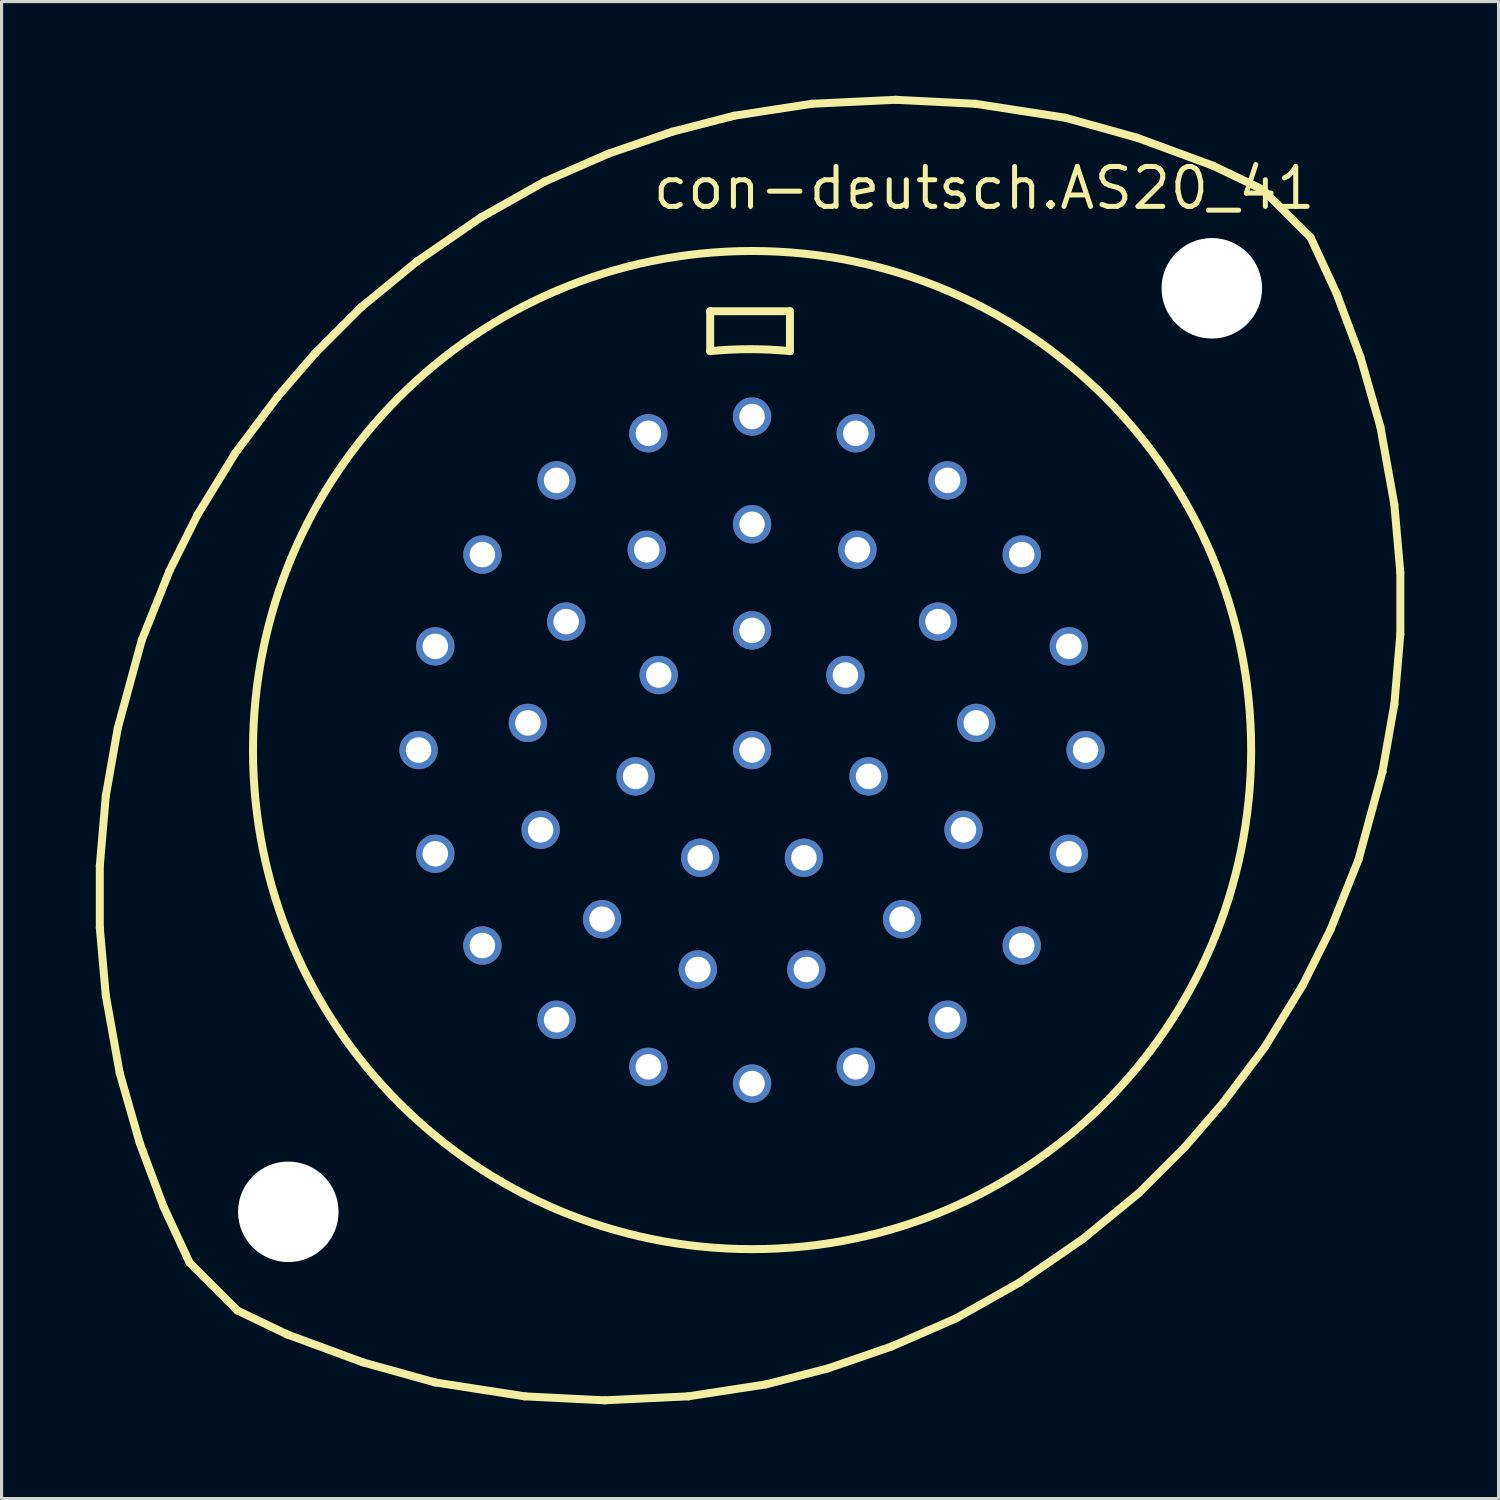
<source format=kicad_pcb>
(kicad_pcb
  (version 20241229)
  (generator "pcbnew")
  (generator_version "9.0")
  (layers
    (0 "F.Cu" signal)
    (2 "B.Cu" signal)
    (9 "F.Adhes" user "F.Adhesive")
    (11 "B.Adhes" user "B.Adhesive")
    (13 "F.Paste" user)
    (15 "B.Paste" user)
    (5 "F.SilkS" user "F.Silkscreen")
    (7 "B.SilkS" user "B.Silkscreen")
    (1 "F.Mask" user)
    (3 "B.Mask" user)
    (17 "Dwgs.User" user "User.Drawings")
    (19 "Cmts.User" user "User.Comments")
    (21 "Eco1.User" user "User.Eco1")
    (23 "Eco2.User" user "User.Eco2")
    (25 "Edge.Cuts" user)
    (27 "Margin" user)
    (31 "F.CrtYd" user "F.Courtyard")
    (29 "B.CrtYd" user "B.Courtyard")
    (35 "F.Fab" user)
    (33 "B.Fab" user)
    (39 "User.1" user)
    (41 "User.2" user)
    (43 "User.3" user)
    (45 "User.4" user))
  (footprint "con-deutsch.AS20_41"
    (layer "F.Cu")
    (at 20.892 20.828)
    (property "Reference" "con-deutsch.AS20_41" (at -3.239 -17.145 0) (layer "F.SilkS") (effects (font (size 1.27 1.27) (thickness 0.16)) (justify left bottom)))
    (attr through_hole)
    (fp_line (start -20.765 3.683) (end -20.574 1.46) (stroke (width 0.254) (type default)) (layer "F.SilkS"))
    (fp_line (start -20.765 5.652) (end -20.765 3.683) (stroke (width 0.254) (type default)) (layer "F.SilkS"))
    (fp_line (start -20.574 1.46) (end -20.193 -0.699) (stroke (width 0.254) (type default)) (layer "F.SilkS"))
    (fp_line (start -20.574 7.811) (end -20.765 5.652) (stroke (width 0.254) (type default)) (layer "F.SilkS"))
    (fp_line (start -20.193 -0.699) (end -19.431 -3.493) (stroke (width 0.254) (type default)) (layer "F.SilkS"))
    (fp_line (start -20.13 10.287) (end -20.574 7.811) (stroke (width 0.254) (type default)) (layer "F.SilkS"))
    (fp_line (start -19.494 12.509) (end -20.13 10.287) (stroke (width 0.254) (type default)) (layer "F.SilkS"))
    (fp_line (start -19.431 -3.493) (end -18.542 -5.715) (stroke (width 0.254) (type default)) (layer "F.SilkS"))
    (fp_line (start -18.733 14.541) (end -19.494 12.509) (stroke (width 0.254) (type default)) (layer "F.SilkS"))
    (fp_line (start -18.542 -5.715) (end -17.653 -7.493) (stroke (width 0.254) (type default)) (layer "F.SilkS"))
    (fp_line (start -17.907 16.32) (end -18.733 14.541) (stroke (width 0.254) (type default)) (layer "F.SilkS"))
    (fp_line (start -17.907 16.32) (end -16.383 17.843) (stroke (width 0.254) (type default)) (layer "F.SilkS"))
    (fp_line (start -17.653 -7.493) (end -16.447 -9.461) (stroke (width 0.254) (type default)) (layer "F.SilkS"))
    (fp_line (start -16.447 -9.461) (end -15.113 -11.239) (stroke (width 0.254) (type default)) (layer "F.SilkS"))
    (fp_line (start -15.113 -11.239) (end -13.906 -12.636) (stroke (width 0.254) (type default)) (layer "F.SilkS"))
    (fp_line (start -14.796 18.605) (end -16.383 17.843) (stroke (width 0.254) (type default)) (layer "F.SilkS"))
    (fp_line (start -13.906 -12.636) (end -12.446 -14.097) (stroke (width 0.254) (type default)) (layer "F.SilkS"))
    (fp_line (start -12.446 -14.097) (end -10.668 -15.557) (stroke (width 0.254) (type default)) (layer "F.SilkS"))
    (fp_line (start -12.383 19.494) (end -14.796 18.605) (stroke (width 0.254) (type default)) (layer "F.SilkS"))
    (fp_line (start -10.668 -15.557) (end -8.636 -16.954) (stroke (width 0.254) (type default)) (layer "F.SilkS"))
    (fp_line (start -10.097 20.13) (end -12.383 19.494) (stroke (width 0.254) (type default)) (layer "F.SilkS"))
    (fp_line (start -8.636 -16.954) (end -6.604 -18.098) (stroke (width 0.254) (type default)) (layer "F.SilkS"))
    (fp_line (start -7.239 20.574) (end -10.097 20.13) (stroke (width 0.254) (type default)) (layer "F.SilkS"))
    (fp_line (start -6.604 -18.098) (end -4.572 -18.986) (stroke (width 0.254) (type default)) (layer "F.SilkS"))
    (fp_line (start -4.699 20.701) (end -7.239 20.574) (stroke (width 0.254) (type default)) (layer "F.SilkS"))
    (fp_line (start -4.572 -18.986) (end -2.54 -19.685) (stroke (width 0.254) (type default)) (layer "F.SilkS"))
    (fp_line (start -2.54 -19.685) (end -0.572 -20.193) (stroke (width 0.254) (type default)) (layer "F.SilkS"))
    (fp_line (start -2.032 20.574) (end -4.699 20.701) (stroke (width 0.254) (type default)) (layer "F.SilkS"))
    (fp_line (start -1.333 -13.97) (end 1.206 -13.97) (stroke (width 0.254) (type default)) (layer "F.SilkS"))
    (fp_line (start -1.333 -12.7) (end -1.333 -13.97) (stroke (width 0.254) (type default)) (layer "F.SilkS"))
    (fp_line (start -0.572 -20.193) (end 1.905 -20.574) (stroke (width 0.254) (type default)) (layer "F.SilkS"))
    (fp_line (start 0.445 20.193) (end -2.032 20.574) (stroke (width 0.254) (type default)) (layer "F.SilkS"))
    (fp_line (start 1.206 -13.97) (end 1.206 -12.7) (stroke (width 0.254) (type default)) (layer "F.SilkS"))
    (fp_line (start 1.905 -20.574) (end 4.572 -20.701) (stroke (width 0.254) (type default)) (layer "F.SilkS"))
    (fp_line (start 2.413 19.685) (end 0.445 20.193) (stroke (width 0.254) (type default)) (layer "F.SilkS"))
    (fp_line (start 4.445 18.986) (end 2.413 19.685) (stroke (width 0.254) (type default)) (layer "F.SilkS"))
    (fp_line (start 4.572 -20.701) (end 7.112 -20.574) (stroke (width 0.254) (type default)) (layer "F.SilkS"))
    (fp_line (start 6.477 18.098) (end 4.445 18.986) (stroke (width 0.254) (type default)) (layer "F.SilkS"))
    (fp_line (start 7.112 -20.574) (end 9.97 -20.13) (stroke (width 0.254) (type default)) (layer "F.SilkS"))
    (fp_line (start 8.509 16.954) (end 6.477 18.098) (stroke (width 0.254) (type default)) (layer "F.SilkS"))
    (fp_line (start 9.97 -20.13) (end 12.255 -19.494) (stroke (width 0.254) (type default)) (layer "F.SilkS"))
    (fp_line (start 10.541 15.557) (end 8.509 16.954) (stroke (width 0.254) (type default)) (layer "F.SilkS"))
    (fp_line (start 12.255 -19.494) (end 14.668 -18.605) (stroke (width 0.254) (type default)) (layer "F.SilkS"))
    (fp_line (start 12.319 14.097) (end 10.541 15.557) (stroke (width 0.254) (type default)) (layer "F.SilkS"))
    (fp_line (start 13.78 12.636) (end 12.319 14.097) (stroke (width 0.254) (type default)) (layer "F.SilkS"))
    (fp_line (start 14.668 -18.605) (end 16.256 -17.843) (stroke (width 0.254) (type default)) (layer "F.SilkS"))
    (fp_line (start 14.986 11.239) (end 13.78 12.636) (stroke (width 0.254) (type default)) (layer "F.SilkS"))
    (fp_line (start 16.256 -17.843) (end 17.78 -16.32) (stroke (width 0.254) (type default)) (layer "F.SilkS"))
    (fp_line (start 16.32 9.461) (end 14.986 11.239) (stroke (width 0.254) (type default)) (layer "F.SilkS"))
    (fp_line (start 17.526 7.493) (end 16.32 9.461) (stroke (width 0.254) (type default)) (layer "F.SilkS"))
    (fp_line (start 17.78 -16.32) (end 18.605 -14.541) (stroke (width 0.254) (type default)) (layer "F.SilkS"))
    (fp_line (start 18.415 5.715) (end 17.526 7.493) (stroke (width 0.254) (type default)) (layer "F.SilkS"))
    (fp_line (start 18.605 -14.541) (end 19.367 -12.509) (stroke (width 0.254) (type default)) (layer "F.SilkS"))
    (fp_line (start 19.304 3.493) (end 18.415 5.715) (stroke (width 0.254) (type default)) (layer "F.SilkS"))
    (fp_line (start 19.367 -12.509) (end 20.003 -10.287) (stroke (width 0.254) (type default)) (layer "F.SilkS"))
    (fp_line (start 20.003 -10.287) (end 20.447 -7.811) (stroke (width 0.254) (type default)) (layer "F.SilkS"))
    (fp_line (start 20.066 0.699) (end 19.304 3.493) (stroke (width 0.254) (type default)) (layer "F.SilkS"))
    (fp_line (start 20.447 -7.811) (end 20.637 -5.652) (stroke (width 0.254) (type default)) (layer "F.SilkS"))
    (fp_line (start 20.447 -1.46) (end 20.066 0.699) (stroke (width 0.254) (type default)) (layer "F.SilkS"))
    (fp_line (start 20.637 -5.652) (end 20.637 -3.683) (stroke (width 0.254) (type default)) (layer "F.SilkS"))
    (fp_line (start 20.637 -3.683) (end 20.447 -1.46) (stroke (width 0.254) (type default)) (layer "F.SilkS"))
    (fp_arc (start -1.3335 -12.7) (mid -0.0635 -12.761805) (end 1.2065 -12.7) (stroke (width 0.254) (type default)) (layer "F.SilkS"))
    (fp_circle (center 0 0) (end 15.888 0) (stroke (width 0.254) (type default)) (fill no) (layer "F.SilkS"))
    (pad "" np_thru_hole circle (at -14.764 14.7) (size 3.2 3.2) (drill 3.2) (layers "*.Cu" "*.Mask"))
    (pad "" np_thru_hole circle (at 14.636 -14.7) (size 3.2 3.2) (drill 3.2) (layers "*.Cu" "*.Mask"))
    (pad "A" thru_hole circle (at 0 -10.617) (size 1.219 1.219) (drill 0.813) (layers "*.Cu" "*.Mask"))
    (pad "A'" thru_hole circle (at 7.137 -0.864) (size 1.219 1.219) (drill 0.813) (layers "*.Cu" "*.Mask"))
    (pad "B" thru_hole circle (at 3.302 -10.084) (size 1.219 1.219) (drill 0.813) (layers "*.Cu" "*.Mask"))
    (pad "B'" thru_hole circle (at 6.731 2.54) (size 1.219 1.219) (drill 0.813) (layers "*.Cu" "*.Mask"))
    (pad "C" thru_hole circle (at 6.223 -8.585) (size 1.219 1.219) (drill 0.813) (layers "*.Cu" "*.Mask"))
    (pad "C'" thru_hole circle (at 4.775 5.385) (size 1.219 1.219) (drill 0.813) (layers "*.Cu" "*.Mask"))
    (pad "D" thru_hole circle (at 8.585 -6.223) (size 1.219 1.219) (drill 0.813) (layers "*.Cu" "*.Mask"))
    (pad "D'" thru_hole circle (at 1.727 6.985) (size 1.219 1.219) (drill 0.813) (layers "*.Cu" "*.Mask"))
    (pad "E" thru_hole circle (at 10.084 -3.302) (size 1.219 1.219) (drill 0.813) (layers "*.Cu" "*.Mask"))
    (pad "E'" thru_hole circle (at -1.727 6.985) (size 1.219 1.219) (drill 0.813) (layers "*.Cu" "*.Mask"))
    (pad "F" thru_hole circle (at 10.617 0) (size 1.219 1.219) (drill 0.813) (layers "*.Cu" "*.Mask"))
    (pad "F'" thru_hole circle (at -4.775 5.385) (size 1.219 1.219) (drill 0.813) (layers "*.Cu" "*.Mask"))
    (pad "G" thru_hole circle (at 10.084 3.302) (size 1.219 1.219) (drill 0.813) (layers "*.Cu" "*.Mask"))
    (pad "G'" thru_hole circle (at -6.731 2.54) (size 1.219 1.219) (drill 0.813) (layers "*.Cu" "*.Mask"))
    (pad "H" thru_hole circle (at 8.585 6.223) (size 1.219 1.219) (drill 0.813) (layers "*.Cu" "*.Mask"))
    (pad "H'" thru_hole circle (at -7.137 -0.864) (size 1.219 1.219) (drill 0.813) (layers "*.Cu" "*.Mask"))
    (pad "I'" thru_hole circle (at -5.918 -4.089) (size 1.219 1.219) (drill 0.813) (layers "*.Cu" "*.Mask"))
    (pad "J" thru_hole circle (at 6.223 8.585) (size 1.219 1.219) (drill 0.813) (layers "*.Cu" "*.Mask"))
    (pad "J'" thru_hole circle (at -3.353 -6.375) (size 1.219 1.219) (drill 0.813) (layers "*.Cu" "*.Mask"))
    (pad "K" thru_hole circle (at 3.302 10.084) (size 1.219 1.219) (drill 0.813) (layers "*.Cu" "*.Mask"))
    (pad "K'" thru_hole circle (at 0 -3.81) (size 1.219 1.219) (drill 0.813) (layers "*.Cu" "*.Mask"))
    (pad "L" thru_hole circle (at 0 10.617) (size 1.219 1.219) (drill 0.813) (layers "*.Cu" "*.Mask"))
    (pad "M" thru_hole circle (at -3.302 10.084) (size 1.219 1.219) (drill 0.813) (layers "*.Cu" "*.Mask"))
    (pad "M'" thru_hole circle (at 2.972 -2.388) (size 1.219 1.219) (drill 0.813) (layers "*.Cu" "*.Mask"))
    (pad "N" thru_hole circle (at -6.223 8.585) (size 1.219 1.219) (drill 0.813) (layers "*.Cu" "*.Mask"))
    (pad "N'" thru_hole circle (at 3.708 0.838) (size 1.219 1.219) (drill 0.813) (layers "*.Cu" "*.Mask"))
    (pad "P" thru_hole circle (at -8.585 6.223) (size 1.219 1.219) (drill 0.813) (layers "*.Cu" "*.Mask"))
    (pad "P'" thru_hole circle (at 1.651 3.429) (size 1.219 1.219) (drill 0.813) (layers "*.Cu" "*.Mask"))
    (pad "Q'" thru_hole circle (at -1.651 3.429) (size 1.219 1.219) (drill 0.813) (layers "*.Cu" "*.Mask"))
    (pad "R" thru_hole circle (at -10.084 3.302) (size 1.219 1.219) (drill 0.813) (layers "*.Cu" "*.Mask"))
    (pad "R'" thru_hole circle (at -3.708 0.838) (size 1.219 1.219) (drill 0.813) (layers "*.Cu" "*.Mask"))
    (pad "S" thru_hole circle (at -10.617 0) (size 1.219 1.219) (drill 0.813) (layers "*.Cu" "*.Mask"))
    (pad "S'" thru_hole circle (at -2.972 -2.388) (size 1.219 1.219) (drill 0.813) (layers "*.Cu" "*.Mask"))
    (pad "T" thru_hole circle (at -10.084 -3.302) (size 1.219 1.219) (drill 0.813) (layers "*.Cu" "*.Mask"))
    (pad "T'" thru_hole circle (at 0 0) (size 1.219 1.219) (drill 0.813) (layers "*.Cu" "*.Mask"))
    (pad "U" thru_hole circle (at -8.585 -6.223) (size 1.219 1.219) (drill 0.813) (layers "*.Cu" "*.Mask"))
    (pad "V" thru_hole circle (at -6.223 -8.585) (size 1.219 1.219) (drill 0.813) (layers "*.Cu" "*.Mask"))
    (pad "W" thru_hole circle (at -3.302 -10.084) (size 1.219 1.219) (drill 0.813) (layers "*.Cu" "*.Mask"))
    (pad "X" thru_hole circle (at 0 -7.188) (size 1.219 1.219) (drill 0.813) (layers "*.Cu" "*.Mask"))
    (pad "Y" thru_hole circle (at 3.353 -6.375) (size 1.219 1.219) (drill 0.813) (layers "*.Cu" "*.Mask"))
    (pad "Z" thru_hole circle (at 5.918 -4.089) (size 1.219 1.219) (drill 0.813) (layers "*.Cu" "*.Mask")))
  (gr_rect
    (start -3 -3)
    (end 44.656 44.656)
    (stroke (width 0.1) (type default))
    (fill no)
    (layer "Edge.Cuts")))
</source>
